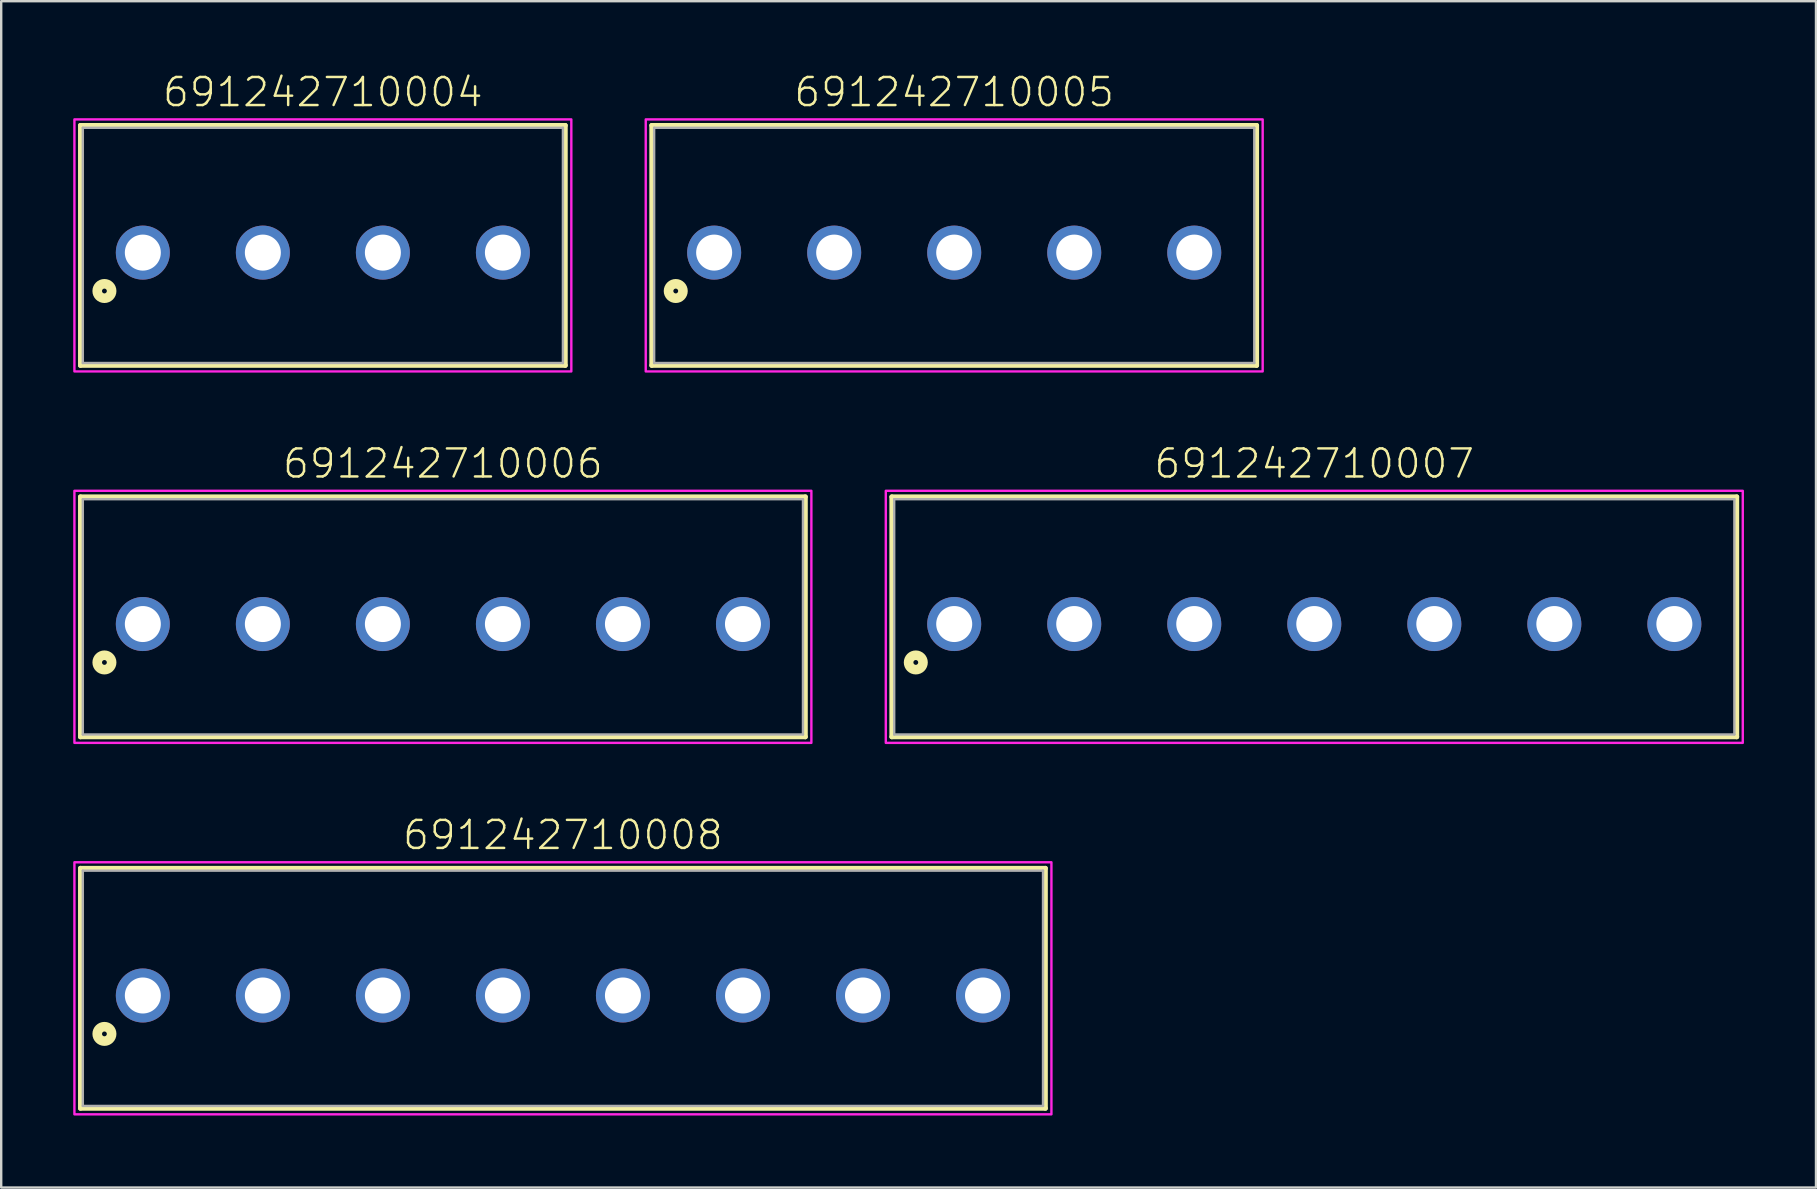
<source format=kicad_pcb>
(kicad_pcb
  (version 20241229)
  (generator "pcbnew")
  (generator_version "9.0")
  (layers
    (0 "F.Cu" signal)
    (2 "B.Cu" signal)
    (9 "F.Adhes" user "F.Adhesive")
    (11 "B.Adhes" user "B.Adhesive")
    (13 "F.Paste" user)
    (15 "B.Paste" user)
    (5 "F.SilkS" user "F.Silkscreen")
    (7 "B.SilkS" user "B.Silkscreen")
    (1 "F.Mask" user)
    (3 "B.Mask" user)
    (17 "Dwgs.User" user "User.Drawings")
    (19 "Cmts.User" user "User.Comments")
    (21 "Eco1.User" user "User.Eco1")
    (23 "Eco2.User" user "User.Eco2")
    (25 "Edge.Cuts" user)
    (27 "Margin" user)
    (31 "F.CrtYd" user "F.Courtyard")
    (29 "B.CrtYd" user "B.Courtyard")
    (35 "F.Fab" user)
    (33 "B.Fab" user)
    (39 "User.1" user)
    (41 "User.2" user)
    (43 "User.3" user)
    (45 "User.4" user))
  (footprint "691242710004"
    (layer "F.Cu")
    (at 10.4 7.473)
    (property "Reference" "691242710004" (at 0 -6 0) (unlocked yes) (layer "F.SilkS") (effects (font (size 1.168 1.168) (thickness 0.102)) (justify bottom)))
    (fp_line (start -10.1 -5.3) (end 10.1 -5.3) (stroke (width 0.2) (type solid)) (layer "F.SilkS"))
    (fp_line (start -10.1 4.7) (end -10.1 -5.3) (stroke (width 0.2) (type solid)) (layer "F.SilkS"))
    (fp_line (start 10.1 -5.3) (end 10.1 4.7) (stroke (width 0.2) (type solid)) (layer "F.SilkS"))
    (fp_line (start 10.1 4.7) (end -10.1 4.7) (stroke (width 0.2) (type solid)) (layer "F.SilkS"))
    (fp_circle (center -9.1 1.6) (end -9 1.6) (stroke (width 0.4) (type solid)) (fill no) (layer "F.SilkS"))
    (fp_poly (pts (xy 10.35 4.95) (xy -10.35 4.95) (xy -10.35 -5.55) (xy 10.35 -5.55)) (stroke (width 0.1) (type default)) (fill no) (layer "F.CrtYd"))
    (fp_line (start -10 -5.2) (end -10 4.6) (stroke (width 0.1) (type solid)) (layer "F.Fab"))
    (fp_line (start -10 -5.2) (end 10 -5.2) (stroke (width 0.1) (type solid)) (layer "F.Fab"))
    (fp_line (start -10 4.6) (end 10 4.6) (stroke (width 0.1) (type solid)) (layer "F.Fab"))
    (fp_line (start 10 -5.2) (end 10 4.6) (stroke (width 0.1) (type solid)) (layer "F.Fab"))
    (pad "1" thru_hole circle (at -7.5 0) (size 2.25 2.25) (drill 1.5) (layers "*.Cu" "*.Mask"))
    (pad "2" thru_hole circle (at -2.5 0) (size 2.25 2.25) (drill 1.5) (layers "*.Cu" "*.Mask"))
    (pad "3" thru_hole circle (at 2.5 0) (size 2.25 2.25) (drill 1.5) (layers "*.Cu" "*.Mask"))
    (pad "4" thru_hole circle (at 7.5 0) (size 2.25 2.25) (drill 1.5) (layers "*.Cu" "*.Mask")))
  (footprint "691242710006"
    (layer "F.Cu")
    (at 15.4 22.946)
    (property "Reference" "691242710006" (at 0 -6 0) (unlocked yes) (layer "F.SilkS") (effects (font (size 1.168 1.168) (thickness 0.102)) (justify bottom)))
    (fp_line (start -15.1 -5.3) (end 15.1 -5.3) (stroke (width 0.2) (type solid)) (layer "F.SilkS"))
    (fp_line (start -15.1 4.7) (end -15.1 -5.3) (stroke (width 0.2) (type solid)) (layer "F.SilkS"))
    (fp_line (start 15.1 -5.3) (end 15.1 4.7) (stroke (width 0.2) (type solid)) (layer "F.SilkS"))
    (fp_line (start 15.1 4.7) (end -15.1 4.7) (stroke (width 0.2) (type solid)) (layer "F.SilkS"))
    (fp_circle (center -14.1 1.6) (end -14 1.6) (stroke (width 0.4) (type solid)) (fill no) (layer "F.SilkS"))
    (fp_poly (pts (xy 15.35 4.95) (xy -15.35 4.95) (xy -15.35 -5.55) (xy 15.35 -5.55)) (stroke (width 0.1) (type default)) (fill no) (layer "F.CrtYd"))
    (fp_line (start -15 -5.2) (end -15 4.6) (stroke (width 0.1) (type solid)) (layer "F.Fab"))
    (fp_line (start -15 -5.2) (end 15 -5.2) (stroke (width 0.1) (type solid)) (layer "F.Fab"))
    (fp_line (start -15 4.6) (end 15 4.6) (stroke (width 0.1) (type solid)) (layer "F.Fab"))
    (fp_line (start 15 -5.2) (end 15 4.6) (stroke (width 0.1) (type solid)) (layer "F.Fab"))
    (pad "1" thru_hole circle (at -12.5 0) (size 2.25 2.25) (drill 1.5) (layers "*.Cu" "*.Mask"))
    (pad "2" thru_hole circle (at -7.5 0) (size 2.25 2.25) (drill 1.5) (layers "*.Cu" "*.Mask"))
    (pad "3" thru_hole circle (at -2.5 0) (size 2.25 2.25) (drill 1.5) (layers "*.Cu" "*.Mask"))
    (pad "4" thru_hole circle (at 2.5 0) (size 2.25 2.25) (drill 1.5) (layers "*.Cu" "*.Mask"))
    (pad "5" thru_hole circle (at 7.5 0) (size 2.25 2.25) (drill 1.5) (layers "*.Cu" "*.Mask"))
    (pad "6" thru_hole circle (at 12.5 0) (size 2.25 2.25) (drill 1.5) (layers "*.Cu" "*.Mask")))
  (footprint "691242710007"
    (layer "F.Cu")
    (at 51.7 22.946)
    (property "Reference" "691242710007" (at 0 -6 0) (unlocked yes) (layer "F.SilkS") (effects (font (size 1.168 1.168) (thickness 0.102)) (justify bottom)))
    (fp_line (start -17.6 -5.3) (end 17.6 -5.3) (stroke (width 0.2) (type solid)) (layer "F.SilkS"))
    (fp_line (start -17.6 4.7) (end -17.6 -5.3) (stroke (width 0.2) (type solid)) (layer "F.SilkS"))
    (fp_line (start 17.6 -5.3) (end 17.6 4.7) (stroke (width 0.2) (type solid)) (layer "F.SilkS"))
    (fp_line (start 17.6 4.7) (end -17.6 4.7) (stroke (width 0.2) (type solid)) (layer "F.SilkS"))
    (fp_circle (center -16.6 1.6) (end -16.5 1.6) (stroke (width 0.4) (type solid)) (fill no) (layer "F.SilkS"))
    (fp_poly (pts (xy 17.85 4.95) (xy -17.85 4.95) (xy -17.85 -5.55) (xy 17.85 -5.55)) (stroke (width 0.1) (type default)) (fill no) (layer "F.CrtYd"))
    (fp_line (start -17.5 -5.2) (end -17.5 4.6) (stroke (width 0.1) (type solid)) (layer "F.Fab"))
    (fp_line (start -17.5 -5.2) (end 17.5 -5.2) (stroke (width 0.1) (type solid)) (layer "F.Fab"))
    (fp_line (start -17.5 4.6) (end 17.5 4.6) (stroke (width 0.1) (type solid)) (layer "F.Fab"))
    (fp_line (start 17.5 -5.2) (end 17.5 4.6) (stroke (width 0.1) (type solid)) (layer "F.Fab"))
    (pad "1" thru_hole circle (at -15 0) (size 2.25 2.25) (drill 1.5) (layers "*.Cu" "*.Mask"))
    (pad "2" thru_hole circle (at -10 0) (size 2.25 2.25) (drill 1.5) (layers "*.Cu" "*.Mask"))
    (pad "3" thru_hole circle (at -5 0) (size 2.25 2.25) (drill 1.5) (layers "*.Cu" "*.Mask"))
    (pad "4" thru_hole circle (at 0 0) (size 2.25 2.25) (drill 1.5) (layers "*.Cu" "*.Mask"))
    (pad "5" thru_hole circle (at 5 0) (size 2.25 2.25) (drill 1.5) (layers "*.Cu" "*.Mask"))
    (pad "6" thru_hole circle (at 10 0) (size 2.25 2.25) (drill 1.5) (layers "*.Cu" "*.Mask"))
    (pad "7" thru_hole circle (at 15 0) (size 2.25 2.25) (drill 1.5) (layers "*.Cu" "*.Mask")))
  (footprint "691242710005"
    (layer "F.Cu")
    (at 36.7 7.473)
    (property "Reference" "691242710005" (at 0 -6 0) (unlocked yes) (layer "F.SilkS") (effects (font (size 1.168 1.168) (thickness 0.102)) (justify bottom)))
    (fp_line (start -12.6 -5.3) (end 12.6 -5.3) (stroke (width 0.2) (type solid)) (layer "F.SilkS"))
    (fp_line (start -12.6 4.7) (end -12.6 -5.3) (stroke (width 0.2) (type solid)) (layer "F.SilkS"))
    (fp_line (start 12.6 -5.3) (end 12.6 4.7) (stroke (width 0.2) (type solid)) (layer "F.SilkS"))
    (fp_line (start 12.6 4.7) (end -12.6 4.7) (stroke (width 0.2) (type solid)) (layer "F.SilkS"))
    (fp_circle (center -11.6 1.6) (end -11.5 1.6) (stroke (width 0.4) (type solid)) (fill no) (layer "F.SilkS"))
    (fp_poly (pts (xy 12.85 4.95) (xy -12.85 4.95) (xy -12.85 -5.55) (xy 12.85 -5.55)) (stroke (width 0.1) (type default)) (fill no) (layer "F.CrtYd"))
    (fp_line (start -12.5 -5.2) (end -12.5 4.6) (stroke (width 0.1) (type solid)) (layer "F.Fab"))
    (fp_line (start -12.5 -5.2) (end 12.5 -5.2) (stroke (width 0.1) (type solid)) (layer "F.Fab"))
    (fp_line (start -12.5 4.6) (end 12.5 4.6) (stroke (width 0.1) (type solid)) (layer "F.Fab"))
    (fp_line (start 12.5 -5.2) (end 12.5 4.6) (stroke (width 0.1) (type solid)) (layer "F.Fab"))
    (pad "1" thru_hole circle (at -10 0) (size 2.25 2.25) (drill 1.5) (layers "*.Cu" "*.Mask"))
    (pad "2" thru_hole circle (at -5 0) (size 2.25 2.25) (drill 1.5) (layers "*.Cu" "*.Mask"))
    (pad "3" thru_hole circle (at 0 0) (size 2.25 2.25) (drill 1.5) (layers "*.Cu" "*.Mask"))
    (pad "4" thru_hole circle (at 5 0) (size 2.25 2.25) (drill 1.5) (layers "*.Cu" "*.Mask"))
    (pad "5" thru_hole circle (at 10 0) (size 2.25 2.25) (drill 1.5) (layers "*.Cu" "*.Mask")))
  (footprint "691242710008"
    (layer "F.Cu")
    (at 20.4 38.42)
    (property "Reference" "691242710008" (at 0 -6 0) (unlocked yes) (layer "F.SilkS") (effects (font (size 1.168 1.168) (thickness 0.102)) (justify bottom)))
    (fp_line (start -20.1 -5.3) (end 20.1 -5.3) (stroke (width 0.2) (type solid)) (layer "F.SilkS"))
    (fp_line (start -20.1 4.7) (end -20.1 -5.3) (stroke (width 0.2) (type solid)) (layer "F.SilkS"))
    (fp_line (start 20.1 -5.3) (end 20.1 4.7) (stroke (width 0.2) (type solid)) (layer "F.SilkS"))
    (fp_line (start 20.1 4.7) (end -20.1 4.7) (stroke (width 0.2) (type solid)) (layer "F.SilkS"))
    (fp_circle (center -19.1 1.6) (end -19 1.6) (stroke (width 0.4) (type solid)) (fill no) (layer "F.SilkS"))
    (fp_poly (pts (xy 20.35 4.95) (xy -20.35 4.95) (xy -20.35 -5.55) (xy 20.35 -5.55)) (stroke (width 0.1) (type default)) (fill no) (layer "F.CrtYd"))
    (fp_line (start -20 -5.2) (end -20 4.6) (stroke (width 0.1) (type solid)) (layer "F.Fab"))
    (fp_line (start -20 -5.2) (end 20 -5.2) (stroke (width 0.1) (type solid)) (layer "F.Fab"))
    (fp_line (start -20 4.6) (end 20 4.6) (stroke (width 0.1) (type solid)) (layer "F.Fab"))
    (fp_line (start 20 -5.2) (end 20 4.6) (stroke (width 0.1) (type solid)) (layer "F.Fab"))
    (pad "1" thru_hole circle (at -17.5 0) (size 2.25 2.25) (drill 1.5) (layers "*.Cu" "*.Mask"))
    (pad "2" thru_hole circle (at -12.5 0) (size 2.25 2.25) (drill 1.5) (layers "*.Cu" "*.Mask"))
    (pad "3" thru_hole circle (at -7.5 0) (size 2.25 2.25) (drill 1.5) (layers "*.Cu" "*.Mask"))
    (pad "4" thru_hole circle (at -2.5 0) (size 2.25 2.25) (drill 1.5) (layers "*.Cu" "*.Mask"))
    (pad "5" thru_hole circle (at 2.5 0) (size 2.25 2.25) (drill 1.5) (layers "*.Cu" "*.Mask"))
    (pad "6" thru_hole circle (at 7.5 0) (size 2.25 2.25) (drill 1.5) (layers "*.Cu" "*.Mask"))
    (pad "7" thru_hole circle (at 12.5 0) (size 2.25 2.25) (drill 1.5) (layers "*.Cu" "*.Mask"))
    (pad "8" thru_hole circle (at 17.5 0) (size 2.25 2.25) (drill 1.5) (layers "*.Cu" "*.Mask")))
  (gr_rect
    (start -3 -3)
    (end 72.6 46.42)
    (stroke (width 0.1) (type default))
    (fill no)
    (layer "Edge.Cuts")))
</source>
